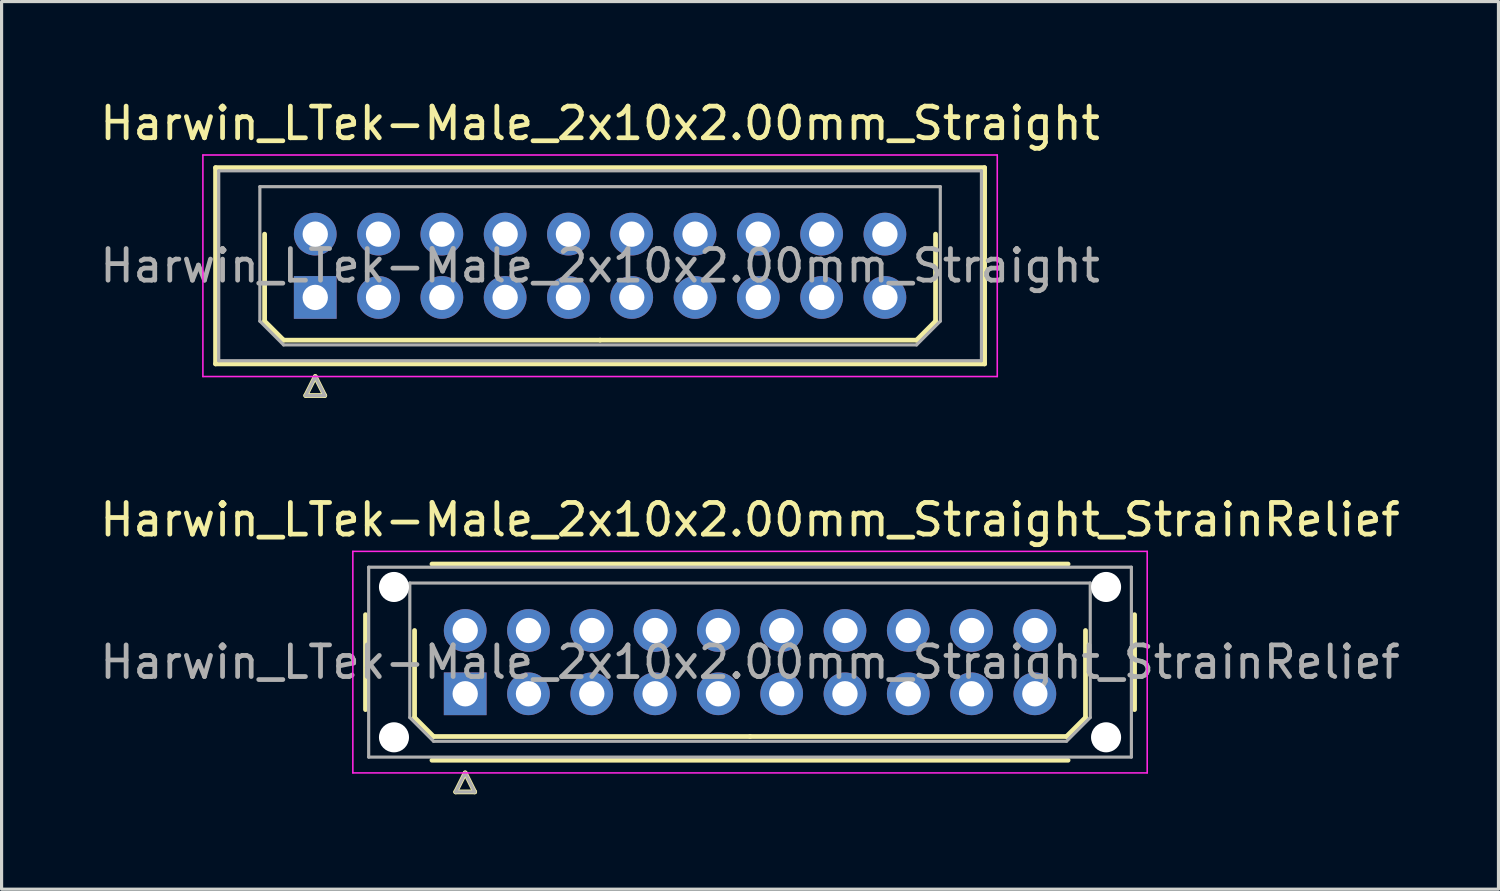
<source format=kicad_pcb>
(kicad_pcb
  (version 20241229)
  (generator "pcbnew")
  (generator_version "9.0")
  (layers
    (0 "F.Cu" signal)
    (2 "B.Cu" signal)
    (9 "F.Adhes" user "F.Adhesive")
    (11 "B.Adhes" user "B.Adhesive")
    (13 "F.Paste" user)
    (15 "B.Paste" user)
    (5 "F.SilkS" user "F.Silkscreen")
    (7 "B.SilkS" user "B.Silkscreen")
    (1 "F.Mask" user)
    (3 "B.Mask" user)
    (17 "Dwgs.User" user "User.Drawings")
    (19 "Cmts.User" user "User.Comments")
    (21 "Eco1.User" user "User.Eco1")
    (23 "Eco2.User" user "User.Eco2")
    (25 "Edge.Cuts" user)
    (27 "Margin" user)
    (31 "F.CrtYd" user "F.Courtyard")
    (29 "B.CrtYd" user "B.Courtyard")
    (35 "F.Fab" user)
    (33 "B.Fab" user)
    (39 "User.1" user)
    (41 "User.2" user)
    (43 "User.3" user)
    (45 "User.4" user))
  (footprint "Harwin_LTek-Male_2x10x2.00mm_Straight_StrainRelief"
    (layer "F.Cu")
    (at 11.649 18.872)
    (property "Reference" "Harwin_LTek-Male_2x10x2.00mm_Straight_StrainRelief" (at 9 -5.5 0) (layer "F.SilkS") (effects (font (size 1 1) (thickness 0.15))))
    (attr through_hole)
    (fp_line (start -3.15 -2.5) (end -3.15 0.5) (stroke (width 0.15) (type solid)) (layer "F.SilkS"))
    (fp_line (start -1.6 -2) (end -1.6 0.75) (stroke (width 0.15) (type solid)) (layer "F.SilkS"))
    (fp_line (start -1.6 0.75) (end -1 1.35) (stroke (width 0.15) (type solid)) (layer "F.SilkS"))
    (fp_line (start -1.05 -4.1) (end 19.05 -4.1) (stroke (width 0.15) (type solid)) (layer "F.SilkS"))
    (fp_line (start -1.05 2.1) (end 19.05 2.1) (stroke (width 0.15) (type solid)) (layer "F.SilkS"))
    (fp_line (start -1 1.35) (end 9 1.35) (stroke (width 0.15) (type solid)) (layer "F.SilkS"))
    (fp_line (start -0.3 3.1) (end 0.3 3.1) (stroke (width 0.15) (type solid)) (layer "F.SilkS"))
    (fp_line (start 0 2.5) (end -0.3 3.1) (stroke (width 0.15) (type solid)) (layer "F.SilkS"))
    (fp_line (start 0.3 3.1) (end 0 2.5) (stroke (width 0.15) (type solid)) (layer "F.SilkS"))
    (fp_line (start 19 1.35) (end 9 1.35) (stroke (width 0.15) (type solid)) (layer "F.SilkS"))
    (fp_line (start 19.6 -2) (end 19.6 0.75) (stroke (width 0.15) (type solid)) (layer "F.SilkS"))
    (fp_line (start 19.6 0.75) (end 19 1.35) (stroke (width 0.15) (type solid)) (layer "F.SilkS"))
    (fp_line (start 21.15 -2.5) (end 21.15 0.5) (stroke (width 0.15) (type solid)) (layer "F.SilkS"))
    (fp_line (start -3.55 -4.5) (end -3.55 2.5) (stroke (width 0.05) (type solid)) (layer "F.CrtYd"))
    (fp_line (start -3.55 2.5) (end 21.55 2.5) (stroke (width 0.05) (type solid)) (layer "F.CrtYd"))
    (fp_line (start 21.55 -4.5) (end -3.55 -4.5) (stroke (width 0.05) (type solid)) (layer "F.CrtYd"))
    (fp_line (start 21.55 2.5) (end 21.55 -4.5) (stroke (width 0.05) (type solid)) (layer "F.CrtYd"))
    (fp_line (start -3.05 -4) (end -3.05 2) (stroke (width 0.1) (type solid)) (layer "F.Fab"))
    (fp_line (start -3.05 2) (end 21.05 2) (stroke (width 0.1) (type solid)) (layer "F.Fab"))
    (fp_line (start -1.75 -3.5) (end 19.75 -3.5) (stroke (width 0.1) (type solid)) (layer "F.Fab"))
    (fp_line (start -1.75 0.75) (end -1.75 -3.5) (stroke (width 0.1) (type solid)) (layer "F.Fab"))
    (fp_line (start -1 1.5) (end -1.75 0.75) (stroke (width 0.1) (type solid)) (layer "F.Fab"))
    (fp_line (start -0.3 3.1) (end 0.3 3.1) (stroke (width 0.1) (type solid)) (layer "F.Fab"))
    (fp_line (start 0 2.5) (end -0.3 3.1) (stroke (width 0.1) (type solid)) (layer "F.Fab"))
    (fp_line (start 0.3 3.1) (end 0 2.5) (stroke (width 0.1) (type solid)) (layer "F.Fab"))
    (fp_line (start 19 1.5) (end -1 1.5) (stroke (width 0.1) (type solid)) (layer "F.Fab"))
    (fp_line (start 19.75 -3.5) (end 19.75 0.75) (stroke (width 0.1) (type solid)) (layer "F.Fab"))
    (fp_line (start 19.75 0.75) (end 19 1.5) (stroke (width 0.1) (type solid)) (layer "F.Fab"))
    (fp_line (start 21.05 -4) (end -3.05 -4) (stroke (width 0.1) (type solid)) (layer "F.Fab"))
    (fp_line (start 21.05 2) (end 21.05 -4) (stroke (width 0.1) (type solid)) (layer "F.Fab"))
    (fp_text user "${REFERENCE}" (at 9 -1 0) (layer "F.Fab") (effects (font (size 1 1) (thickness 0.15))))
    (pad "" np_thru_hole circle (at -2.25 -3.375) (size 0.95 0.95) (drill 0.95) (layers "*.Cu" "*.Mask"))
    (pad "" np_thru_hole circle (at -2.25 1.375) (size 0.95 0.95) (drill 0.95) (layers "*.Cu" "*.Mask"))
    (pad "" np_thru_hole circle (at 20.25 -3.375) (size 0.95 0.95) (drill 0.95) (layers "*.Cu" "*.Mask"))
    (pad "" np_thru_hole circle (at 20.25 1.375) (size 0.95 0.95) (drill 0.95) (layers "*.Cu" "*.Mask"))
    (pad "1" thru_hole rect (at 0 0) (size 1.35 1.35) (drill 0.8) (layers "*.Cu" "*.Mask"))
    (pad "2" thru_hole circle (at 2 0) (size 1.35 1.35) (drill 0.8) (layers "*.Cu" "*.Mask"))
    (pad "3" thru_hole circle (at 4 0) (size 1.35 1.35) (drill 0.8) (layers "*.Cu" "*.Mask"))
    (pad "4" thru_hole circle (at 6 0) (size 1.35 1.35) (drill 0.8) (layers "*.Cu" "*.Mask"))
    (pad "5" thru_hole circle (at 8 0) (size 1.35 1.35) (drill 0.8) (layers "*.Cu" "*.Mask"))
    (pad "6" thru_hole circle (at 10 0) (size 1.35 1.35) (drill 0.8) (layers "*.Cu" "*.Mask"))
    (pad "7" thru_hole circle (at 12 0) (size 1.35 1.35) (drill 0.8) (layers "*.Cu" "*.Mask"))
    (pad "8" thru_hole circle (at 14 0) (size 1.35 1.35) (drill 0.8) (layers "*.Cu" "*.Mask"))
    (pad "9" thru_hole circle (at 16 0) (size 1.35 1.35) (drill 0.8) (layers "*.Cu" "*.Mask"))
    (pad "10" thru_hole circle (at 18 0) (size 1.35 1.35) (drill 0.8) (layers "*.Cu" "*.Mask"))
    (pad "11" thru_hole circle (at 0 -2) (size 1.35 1.35) (drill 0.8) (layers "*.Cu" "*.Mask"))
    (pad "12" thru_hole circle (at 2 -2) (size 1.35 1.35) (drill 0.8) (layers "*.Cu" "*.Mask"))
    (pad "13" thru_hole circle (at 4 -2) (size 1.35 1.35) (drill 0.8) (layers "*.Cu" "*.Mask"))
    (pad "14" thru_hole circle (at 6 -2) (size 1.35 1.35) (drill 0.8) (layers "*.Cu" "*.Mask"))
    (pad "15" thru_hole circle (at 8 -2) (size 1.35 1.35) (drill 0.8) (layers "*.Cu" "*.Mask"))
    (pad "16" thru_hole circle (at 10 -2) (size 1.35 1.35) (drill 0.8) (layers "*.Cu" "*.Mask"))
    (pad "17" thru_hole circle (at 12 -2) (size 1.35 1.35) (drill 0.8) (layers "*.Cu" "*.Mask"))
    (pad "18" thru_hole circle (at 14 -2) (size 1.35 1.35) (drill 0.8) (layers "*.Cu" "*.Mask"))
    (pad "19" thru_hole circle (at 16 -2) (size 1.35 1.35) (drill 0.8) (layers "*.Cu" "*.Mask"))
    (pad "20" thru_hole circle (at 18 -2) (size 1.35 1.35) (drill 0.8) (layers "*.Cu" "*.Mask")))
  (footprint "Harwin_LTek-Male_2x10x2.00mm_Straight"
    (layer "F.Cu")
    (at 6.911 6.348)
    (property "Reference" "Harwin_LTek-Male_2x10x2.00mm_Straight" (at 9 -5.5 0) (layer "F.SilkS") (effects (font (size 1 1) (thickness 0.15))))
    (attr through_hole)
    (fp_line (start -3.15 -4.1) (end -3.15 2.1) (stroke (width 0.15) (type solid)) (layer "F.SilkS"))
    (fp_line (start -3.15 2.1) (end 21.15 2.1) (stroke (width 0.15) (type solid)) (layer "F.SilkS"))
    (fp_line (start -1.6 -2) (end -1.6 0.75) (stroke (width 0.15) (type solid)) (layer "F.SilkS"))
    (fp_line (start -1.6 0.75) (end -1 1.35) (stroke (width 0.15) (type solid)) (layer "F.SilkS"))
    (fp_line (start -1 1.35) (end 9 1.35) (stroke (width 0.15) (type solid)) (layer "F.SilkS"))
    (fp_line (start -0.3 3.1) (end 0.3 3.1) (stroke (width 0.15) (type solid)) (layer "F.SilkS"))
    (fp_line (start 0 2.5) (end -0.3 3.1) (stroke (width 0.15) (type solid)) (layer "F.SilkS"))
    (fp_line (start 0.3 3.1) (end 0 2.5) (stroke (width 0.15) (type solid)) (layer "F.SilkS"))
    (fp_line (start 19 1.35) (end 9 1.35) (stroke (width 0.15) (type solid)) (layer "F.SilkS"))
    (fp_line (start 19.6 -2) (end 19.6 0.75) (stroke (width 0.15) (type solid)) (layer "F.SilkS"))
    (fp_line (start 19.6 0.75) (end 19 1.35) (stroke (width 0.15) (type solid)) (layer "F.SilkS"))
    (fp_line (start 21.15 -4.1) (end -3.15 -4.1) (stroke (width 0.15) (type solid)) (layer "F.SilkS"))
    (fp_line (start 21.15 2.1) (end 21.15 -4.1) (stroke (width 0.15) (type solid)) (layer "F.SilkS"))
    (fp_line (start -3.55 -4.5) (end -3.55 2.5) (stroke (width 0.05) (type solid)) (layer "F.CrtYd"))
    (fp_line (start -3.55 2.5) (end 21.55 2.5) (stroke (width 0.05) (type solid)) (layer "F.CrtYd"))
    (fp_line (start 21.55 -4.5) (end -3.55 -4.5) (stroke (width 0.05) (type solid)) (layer "F.CrtYd"))
    (fp_line (start 21.55 2.5) (end 21.55 -4.5) (stroke (width 0.05) (type solid)) (layer "F.CrtYd"))
    (fp_line (start -3.05 -4) (end -3.05 2) (stroke (width 0.1) (type solid)) (layer "F.Fab"))
    (fp_line (start -3.05 2) (end 21.05 2) (stroke (width 0.1) (type solid)) (layer "F.Fab"))
    (fp_line (start -1.75 -3.5) (end 19.75 -3.5) (stroke (width 0.1) (type solid)) (layer "F.Fab"))
    (fp_line (start -1.75 0.75) (end -1.75 -3.5) (stroke (width 0.1) (type solid)) (layer "F.Fab"))
    (fp_line (start -1 1.5) (end -1.75 0.75) (stroke (width 0.1) (type solid)) (layer "F.Fab"))
    (fp_line (start -0.3 3.1) (end 0.3 3.1) (stroke (width 0.1) (type solid)) (layer "F.Fab"))
    (fp_line (start 0 2.5) (end -0.3 3.1) (stroke (width 0.1) (type solid)) (layer "F.Fab"))
    (fp_line (start 0.3 3.1) (end 0 2.5) (stroke (width 0.1) (type solid)) (layer "F.Fab"))
    (fp_line (start 19 1.5) (end -1 1.5) (stroke (width 0.1) (type solid)) (layer "F.Fab"))
    (fp_line (start 19.75 -3.5) (end 19.75 0.75) (stroke (width 0.1) (type solid)) (layer "F.Fab"))
    (fp_line (start 19.75 0.75) (end 19 1.5) (stroke (width 0.1) (type solid)) (layer "F.Fab"))
    (fp_line (start 21.05 -4) (end -3.05 -4) (stroke (width 0.1) (type solid)) (layer "F.Fab"))
    (fp_line (start 21.05 2) (end 21.05 -4) (stroke (width 0.1) (type solid)) (layer "F.Fab"))
    (fp_text user "${REFERENCE}" (at 9 -1 0) (layer "F.Fab") (effects (font (size 1 1) (thickness 0.15))))
    (pad "1" thru_hole rect (at 0 0) (size 1.35 1.35) (drill 0.8) (layers "*.Cu" "*.Mask"))
    (pad "2" thru_hole circle (at 2 0) (size 1.35 1.35) (drill 0.8) (layers "*.Cu" "*.Mask"))
    (pad "3" thru_hole circle (at 4 0) (size 1.35 1.35) (drill 0.8) (layers "*.Cu" "*.Mask"))
    (pad "4" thru_hole circle (at 6 0) (size 1.35 1.35) (drill 0.8) (layers "*.Cu" "*.Mask"))
    (pad "5" thru_hole circle (at 8 0) (size 1.35 1.35) (drill 0.8) (layers "*.Cu" "*.Mask"))
    (pad "6" thru_hole circle (at 10 0) (size 1.35 1.35) (drill 0.8) (layers "*.Cu" "*.Mask"))
    (pad "7" thru_hole circle (at 12 0) (size 1.35 1.35) (drill 0.8) (layers "*.Cu" "*.Mask"))
    (pad "8" thru_hole circle (at 14 0) (size 1.35 1.35) (drill 0.8) (layers "*.Cu" "*.Mask"))
    (pad "9" thru_hole circle (at 16 0) (size 1.35 1.35) (drill 0.8) (layers "*.Cu" "*.Mask"))
    (pad "10" thru_hole circle (at 18 0) (size 1.35 1.35) (drill 0.8) (layers "*.Cu" "*.Mask"))
    (pad "11" thru_hole circle (at 0 -2) (size 1.35 1.35) (drill 0.8) (layers "*.Cu" "*.Mask"))
    (pad "12" thru_hole circle (at 2 -2) (size 1.35 1.35) (drill 0.8) (layers "*.Cu" "*.Mask"))
    (pad "13" thru_hole circle (at 4 -2) (size 1.35 1.35) (drill 0.8) (layers "*.Cu" "*.Mask"))
    (pad "14" thru_hole circle (at 6 -2) (size 1.35 1.35) (drill 0.8) (layers "*.Cu" "*.Mask"))
    (pad "15" thru_hole circle (at 8 -2) (size 1.35 1.35) (drill 0.8) (layers "*.Cu" "*.Mask"))
    (pad "16" thru_hole circle (at 10 -2) (size 1.35 1.35) (drill 0.8) (layers "*.Cu" "*.Mask"))
    (pad "17" thru_hole circle (at 12 -2) (size 1.35 1.35) (drill 0.8) (layers "*.Cu" "*.Mask"))
    (pad "18" thru_hole circle (at 14 -2) (size 1.35 1.35) (drill 0.8) (layers "*.Cu" "*.Mask"))
    (pad "19" thru_hole circle (at 16 -2) (size 1.35 1.35) (drill 0.8) (layers "*.Cu" "*.Mask"))
    (pad "20" thru_hole circle (at 18 -2) (size 1.35 1.35) (drill 0.8) (layers "*.Cu" "*.Mask")))
  (gr_rect
    (start -3 -3)
    (end 44.298 25.047)
    (stroke (width 0.1) (type default))
    (fill no)
    (layer "Edge.Cuts")))
</source>
